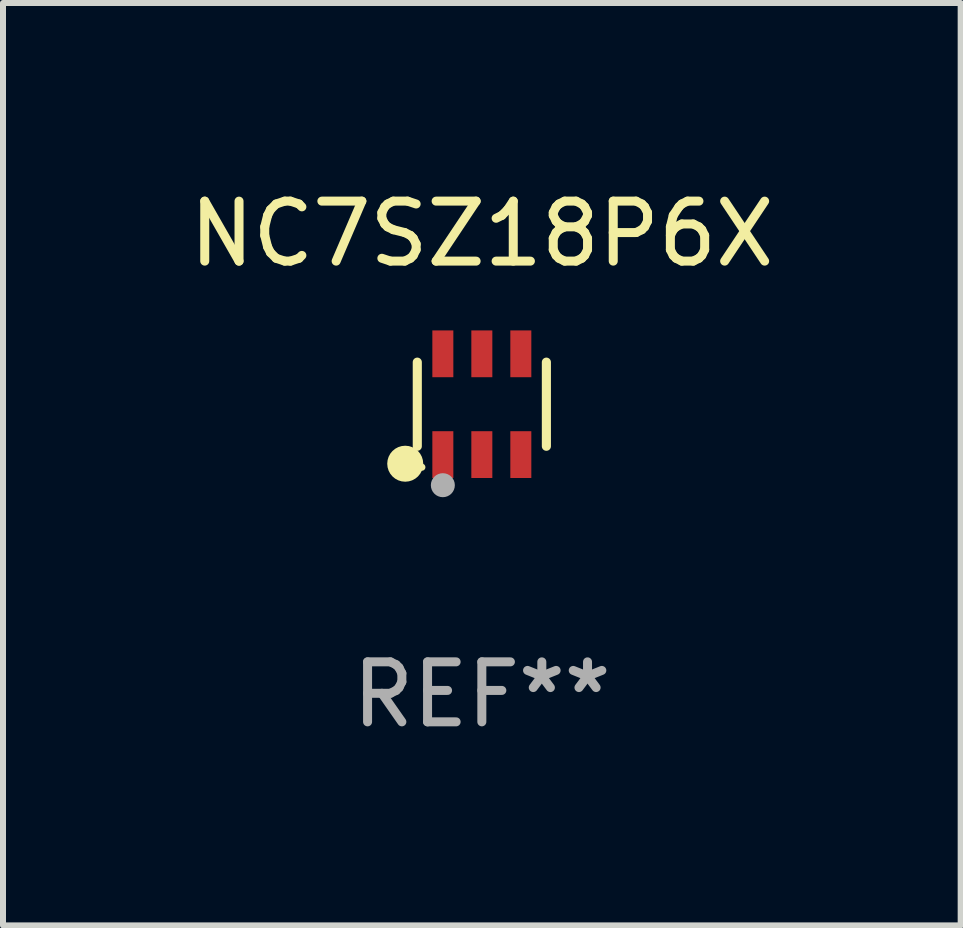
<source format=kicad_pcb>
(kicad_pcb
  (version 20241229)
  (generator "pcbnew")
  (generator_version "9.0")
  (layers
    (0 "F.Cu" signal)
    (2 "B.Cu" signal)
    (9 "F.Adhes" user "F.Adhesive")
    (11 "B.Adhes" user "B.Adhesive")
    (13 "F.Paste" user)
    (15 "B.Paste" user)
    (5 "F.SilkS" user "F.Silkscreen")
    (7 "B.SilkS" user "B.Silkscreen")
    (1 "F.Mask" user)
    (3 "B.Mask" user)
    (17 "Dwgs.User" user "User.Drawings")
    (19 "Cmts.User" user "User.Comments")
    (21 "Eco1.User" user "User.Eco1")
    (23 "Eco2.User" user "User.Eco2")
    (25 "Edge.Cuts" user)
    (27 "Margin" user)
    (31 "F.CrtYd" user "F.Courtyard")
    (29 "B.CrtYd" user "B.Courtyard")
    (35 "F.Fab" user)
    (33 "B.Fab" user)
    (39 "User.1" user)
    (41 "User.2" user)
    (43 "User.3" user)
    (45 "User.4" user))
  (footprint "NC7SZ18P6X"
    (layer "F.Cu")
    (at 4.982 3.688)
    (property "Reference" "NC7SZ18P6X" (at 0 -2.84 0) (layer "F.SilkS") (effects (font (size 1 1) (thickness 0.15))))
    (attr through_hole)
    (fp_line (start -1.076 0.701) (end -1.076 -0.701) (stroke (width 0.152) (type solid)) (layer "F.SilkS"))
    (fp_line (start 1.076 0.701) (end 1.076 -0.701) (stroke (width 0.152) (type solid)) (layer "F.SilkS"))
    (fp_circle (center -1.277 0.992) (end -1.127 0.992) (stroke (width 0.3) (type solid)) (fill no) (layer "F.SilkS"))
    (fp_circle (center -1 1.05) (end -0.97 1.05) (stroke (width 0.06) (type solid)) (fill no) (layer "F.SilkS"))
    (fp_circle (center -0.65 1.35) (end -0.55 1.35) (stroke (width 0.2) (type solid)) (fill no) (layer "F.Fab"))
    (fp_text user "REF**" (at 0 4.84 0) (layer "F.Fab") (effects (font (size 1 1) (thickness 0.15))))
    (pad "1" smd rect (at -0.65 0.84) (size 0.35 0.78) (layers "F.Cu" "F.Mask" "F.Paste"))
    (pad "2" smd rect (at 0 0.84) (size 0.35 0.78) (layers "F.Cu" "F.Mask" "F.Paste"))
    (pad "3" smd rect (at 0.65 0.84) (size 0.35 0.78) (layers "F.Cu" "F.Mask" "F.Paste"))
    (pad "4" smd rect (at 0.65 -0.84) (size 0.35 0.78) (layers "F.Cu" "F.Mask" "F.Paste"))
    (pad "5" smd rect (at 0 -0.84) (size 0.35 0.78) (layers "F.Cu" "F.Mask" "F.Paste"))
    (pad "6" smd rect (at -0.65 -0.84) (size 0.35 0.78) (layers "F.Cu" "F.Mask" "F.Paste")))
  (gr_rect
    (start -3 -3)
    (end 12.964 12.376)
    (stroke (width 0.1) (type default))
    (fill no)
    (layer "Edge.Cuts")))
</source>
